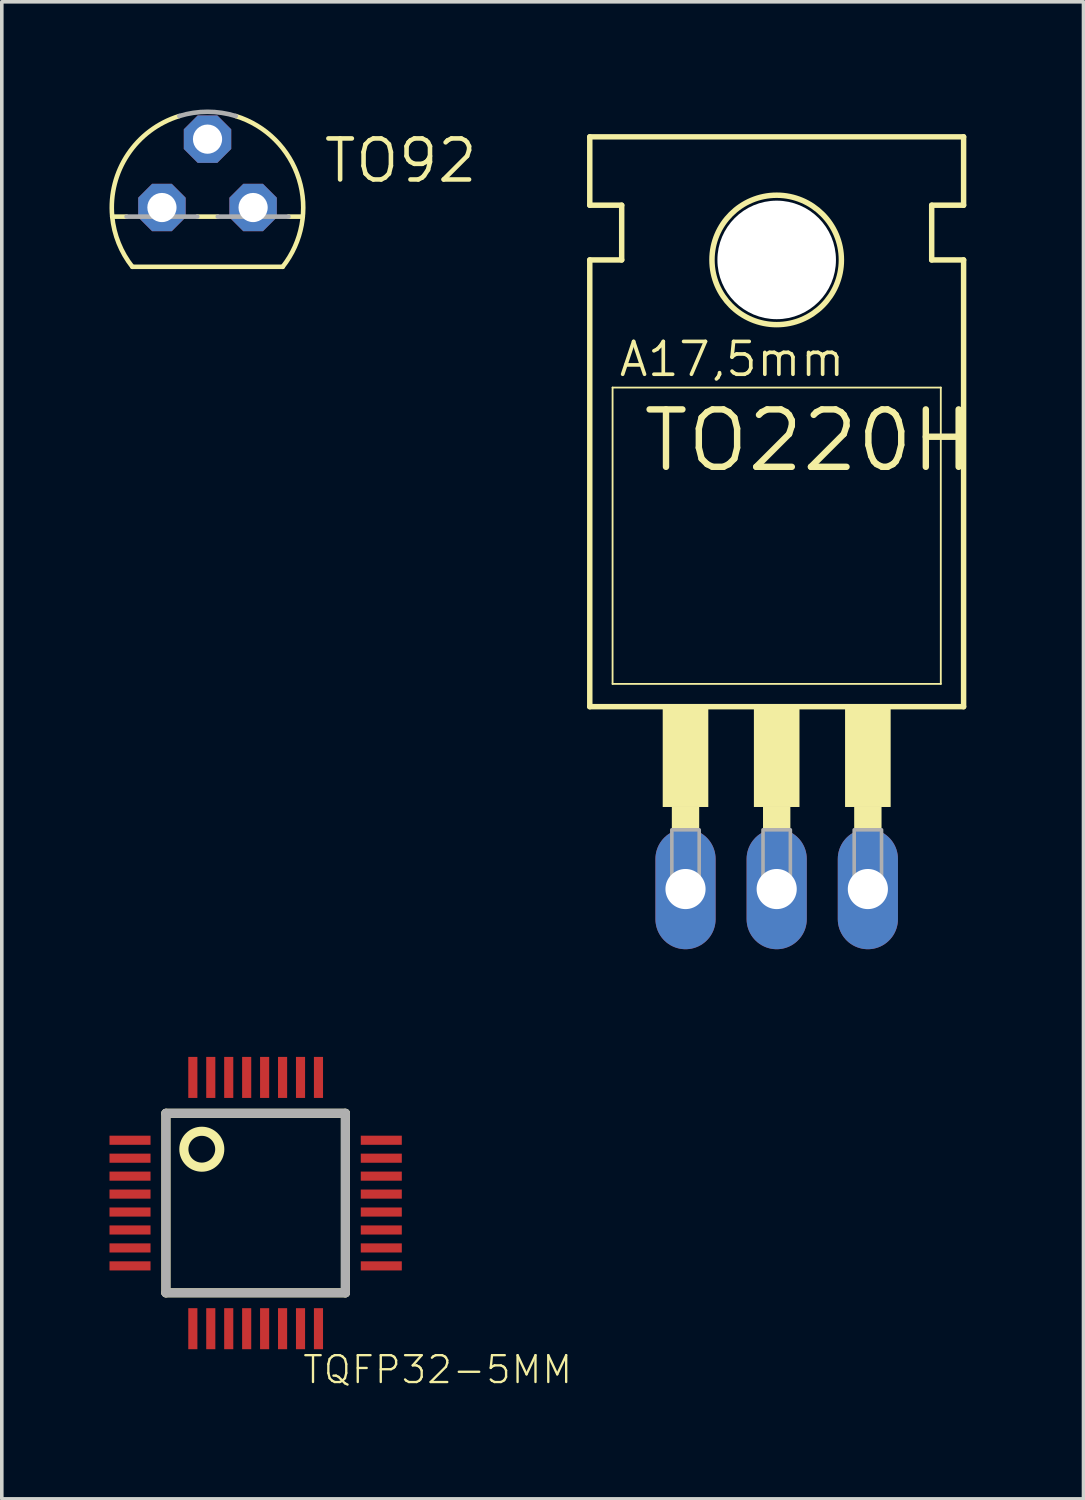
<source format=kicad_pcb>
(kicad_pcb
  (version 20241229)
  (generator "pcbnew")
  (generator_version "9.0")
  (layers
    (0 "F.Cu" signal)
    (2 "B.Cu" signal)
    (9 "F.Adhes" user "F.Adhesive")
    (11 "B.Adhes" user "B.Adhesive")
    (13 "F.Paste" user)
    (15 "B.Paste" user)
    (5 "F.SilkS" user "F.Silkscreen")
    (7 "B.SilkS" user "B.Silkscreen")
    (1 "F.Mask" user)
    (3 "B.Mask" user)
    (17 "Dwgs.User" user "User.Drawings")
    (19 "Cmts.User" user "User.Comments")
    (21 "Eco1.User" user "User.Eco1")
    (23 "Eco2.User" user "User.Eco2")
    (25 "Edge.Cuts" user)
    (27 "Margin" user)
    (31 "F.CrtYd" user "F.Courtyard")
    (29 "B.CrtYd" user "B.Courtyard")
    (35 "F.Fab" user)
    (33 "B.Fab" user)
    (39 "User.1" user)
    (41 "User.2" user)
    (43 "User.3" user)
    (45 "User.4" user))
  (footprint "TQFP32-5MM"
    (layer "F.Cu")
    (at 4.072 30.465)
    (property "Reference" "TQFP32-5MM" (at 1.27 5.08 0) (layer "F.SilkS") (effects (font (size 0.748 0.748) (thickness 0.065)) (justify left bottom)))
    (fp_line (start -2.5 -2.5) (end -2.5 2.5) (stroke (width 0.254) (type solid)) (layer "F.SilkS"))
    (fp_line (start -2.5 2.5) (end 2.5 2.5) (stroke (width 0.254) (type solid)) (layer "F.SilkS"))
    (fp_line (start 2.5 -2.5) (end -2.5 -2.5) (stroke (width 0.254) (type solid)) (layer "F.SilkS"))
    (fp_line (start 2.5 2.5) (end 2.5 -2.5) (stroke (width 0.254) (type solid)) (layer "F.SilkS"))
    (fp_circle (center -1.5 -1.5) (end -1 -1.5) (stroke (width 0.254) (type solid)) (fill no) (layer "F.SilkS"))
    (fp_line (start -2.5 -2.5) (end -2.5 2.5) (stroke (width 0.254) (type solid)) (layer "F.Fab"))
    (fp_line (start -2.5 2.5) (end 2.5 2.5) (stroke (width 0.254) (type solid)) (layer "F.Fab"))
    (fp_line (start 2.5 -2.5) (end -2.5 -2.5) (stroke (width 0.254) (type solid)) (layer "F.Fab"))
    (fp_line (start 2.5 2.5) (end 2.5 -2.5) (stroke (width 0.254) (type solid)) (layer "F.Fab"))
    (pad "1" smd rect (at -3.5 -1.75) (size 1.143 0.254) (layers "F.Cu" "F.Mask" "F.Paste"))
    (pad "2" smd rect (at -3.5 -1.25) (size 1.143 0.254) (layers "F.Cu" "F.Mask" "F.Paste"))
    (pad "3" smd rect (at -3.5 -0.75) (size 1.143 0.254) (layers "F.Cu" "F.Mask" "F.Paste"))
    (pad "4" smd rect (at -3.5 -0.25) (size 1.143 0.254) (layers "F.Cu" "F.Mask" "F.Paste"))
    (pad "5" smd rect (at -3.5 0.25) (size 1.143 0.254) (layers "F.Cu" "F.Mask" "F.Paste"))
    (pad "6" smd rect (at -3.5 0.75) (size 1.143 0.254) (layers "F.Cu" "F.Mask" "F.Paste"))
    (pad "7" smd rect (at -3.5 1.25) (size 1.143 0.254) (layers "F.Cu" "F.Mask" "F.Paste"))
    (pad "8" smd rect (at -3.5 1.75) (size 1.143 0.254) (layers "F.Cu" "F.Mask" "F.Paste"))
    (pad "9" smd rect (at -1.75 3.5 90) (size 1.143 0.254) (layers "F.Cu" "F.Mask" "F.Paste"))
    (pad "10" smd rect (at -1.25 3.5 90) (size 1.143 0.254) (layers "F.Cu" "F.Mask" "F.Paste"))
    (pad "11" smd rect (at -0.75 3.5 90) (size 1.143 0.254) (layers "F.Cu" "F.Mask" "F.Paste"))
    (pad "12" smd rect (at -0.25 3.5 90) (size 1.143 0.254) (layers "F.Cu" "F.Mask" "F.Paste"))
    (pad "13" smd rect (at 0.25 3.5 90) (size 1.143 0.254) (layers "F.Cu" "F.Mask" "F.Paste"))
    (pad "14" smd rect (at 0.75 3.5 90) (size 1.143 0.254) (layers "F.Cu" "F.Mask" "F.Paste"))
    (pad "15" smd rect (at 1.25 3.5 90) (size 1.143 0.254) (layers "F.Cu" "F.Mask" "F.Paste"))
    (pad "16" smd rect (at 1.75 3.5 90) (size 1.143 0.254) (layers "F.Cu" "F.Mask" "F.Paste"))
    (pad "17" smd rect (at 3.5 1.75 180) (size 1.143 0.254) (layers "F.Cu" "F.Mask" "F.Paste"))
    (pad "18" smd rect (at 3.5 1.25 180) (size 1.143 0.254) (layers "F.Cu" "F.Mask" "F.Paste"))
    (pad "19" smd rect (at 3.5 0.75 180) (size 1.143 0.254) (layers "F.Cu" "F.Mask" "F.Paste"))
    (pad "20" smd rect (at 3.5 0.25 180) (size 1.143 0.254) (layers "F.Cu" "F.Mask" "F.Paste"))
    (pad "21" smd rect (at 3.5 -0.25 180) (size 1.143 0.254) (layers "F.Cu" "F.Mask" "F.Paste"))
    (pad "22" smd rect (at 3.5 -0.75 180) (size 1.143 0.254) (layers "F.Cu" "F.Mask" "F.Paste"))
    (pad "23" smd rect (at 3.5 -1.25 180) (size 1.143 0.254) (layers "F.Cu" "F.Mask" "F.Paste"))
    (pad "24" smd rect (at 3.5 -1.75 180) (size 1.143 0.254) (layers "F.Cu" "F.Mask" "F.Paste"))
    (pad "25" smd rect (at 1.75 -3.5 270) (size 1.143 0.254) (layers "F.Cu" "F.Mask" "F.Paste"))
    (pad "26" smd rect (at 1.25 -3.5 270) (size 1.143 0.254) (layers "F.Cu" "F.Mask" "F.Paste"))
    (pad "27" smd rect (at 0.75 -3.5 270) (size 1.143 0.254) (layers "F.Cu" "F.Mask" "F.Paste"))
    (pad "28" smd rect (at 0.25 -3.5 270) (size 1.143 0.254) (layers "F.Cu" "F.Mask" "F.Paste"))
    (pad "29" smd rect (at -0.25 -3.5 270) (size 1.143 0.254) (layers "F.Cu" "F.Mask" "F.Paste"))
    (pad "30" smd rect (at -0.75 -3.5 270) (size 1.143 0.254) (layers "F.Cu" "F.Mask" "F.Paste"))
    (pad "31" smd rect (at -1.25 -3.5 270) (size 1.143 0.254) (layers "F.Cu" "F.Mask" "F.Paste"))
    (pad "32" smd rect (at -1.75 -3.5 270) (size 1.143 0.254) (layers "F.Cu" "F.Mask" "F.Paste")))
  (footprint "TO220H"
    (layer "F.Cu")
    (at 18.587 11.557)
    (property "Reference" "TO220H" (at -3.81 -1.397 0) (layer "F.SilkS") (effects (font (size 1.6 1.6) (thickness 0.178)) (justify left bottom)))
    (fp_line (start -5.207 -8.89) (end -5.207 -10.795) (stroke (width 0.152) (type solid)) (layer "F.SilkS"))
    (fp_line (start -5.207 -7.366) (end -4.318 -7.366) (stroke (width 0.152) (type solid)) (layer "F.SilkS"))
    (fp_line (start -5.207 5.08) (end -5.207 -7.366) (stroke (width 0.152) (type solid)) (layer "F.SilkS"))
    (fp_line (start -5.207 5.08) (end 5.207 5.08) (stroke (width 0.152) (type solid)) (layer "F.SilkS"))
    (fp_line (start -4.572 4.445) (end -4.572 -3.81) (stroke (width 0.051) (type solid)) (layer "F.SilkS"))
    (fp_line (start -4.572 4.445) (end 4.572 4.445) (stroke (width 0.051) (type solid)) (layer "F.SilkS"))
    (fp_line (start -4.318 -8.89) (end -5.207 -8.89) (stroke (width 0.152) (type solid)) (layer "F.SilkS"))
    (fp_line (start -4.318 -7.366) (end -4.318 -8.89) (stroke (width 0.152) (type solid)) (layer "F.SilkS"))
    (fp_line (start 4.318 -8.89) (end 5.207 -8.89) (stroke (width 0.152) (type solid)) (layer "F.SilkS"))
    (fp_line (start 4.318 -7.366) (end 4.318 -8.89) (stroke (width 0.152) (type solid)) (layer "F.SilkS"))
    (fp_line (start 4.572 -3.81) (end -4.572 -3.81) (stroke (width 0.051) (type solid)) (layer "F.SilkS"))
    (fp_line (start 4.572 -3.81) (end 4.572 4.445) (stroke (width 0.051) (type solid)) (layer "F.SilkS"))
    (fp_line (start 5.207 -10.795) (end -5.207 -10.795) (stroke (width 0.152) (type solid)) (layer "F.SilkS"))
    (fp_line (start 5.207 -8.89) (end 5.207 -10.795) (stroke (width 0.152) (type solid)) (layer "F.SilkS"))
    (fp_line (start 5.207 -7.366) (end 4.318 -7.366) (stroke (width 0.152) (type solid)) (layer "F.SilkS"))
    (fp_line (start 5.207 5.08) (end 5.207 -7.366) (stroke (width 0.152) (type solid)) (layer "F.SilkS"))
    (fp_circle (center 0 -7.366) (end 1.803 -7.366) (stroke (width 0.152) (type solid)) (fill no) (layer "F.SilkS"))
    (fp_poly (pts (xy -3.175 7.874) (xy -1.905 7.874) (xy -1.905 5.08) (xy -3.175 5.08)) (stroke (width 0) (type default)) (fill yes) (layer "F.SilkS"))
    (fp_poly (pts (xy -2.921 8.509) (xy -2.159 8.509) (xy -2.159 7.874) (xy -2.921 7.874)) (stroke (width 0) (type default)) (fill yes) (layer "F.SilkS"))
    (fp_poly (pts (xy -0.635 7.874) (xy 0.635 7.874) (xy 0.635 5.08) (xy -0.635 5.08)) (stroke (width 0) (type default)) (fill yes) (layer "F.SilkS"))
    (fp_poly (pts (xy -0.381 8.509) (xy 0.381 8.509) (xy 0.381 7.874) (xy -0.381 7.874)) (stroke (width 0) (type default)) (fill yes) (layer "F.SilkS"))
    (fp_poly (pts (xy 1.905 7.874) (xy 3.175 7.874) (xy 3.175 5.08) (xy 1.905 5.08)) (stroke (width 0) (type default)) (fill yes) (layer "F.SilkS"))
    (fp_poly (pts (xy 2.159 8.509) (xy 2.921 8.509) (xy 2.921 7.874) (xy 2.159 7.874)) (stroke (width 0) (type default)) (fill yes) (layer "F.SilkS"))
    (fp_poly (pts (xy -2.921 10.414) (xy -2.159 10.414) (xy -2.159 8.509) (xy -2.921 8.509)) (stroke (width 0.1) (type default)) (fill no) (layer "F.Fab"))
    (fp_poly (pts (xy -0.381 10.414) (xy 0.381 10.414) (xy 0.381 8.509) (xy -0.381 8.509)) (stroke (width 0.1) (type default)) (fill no) (layer "F.Fab"))
    (fp_poly (pts (xy 2.159 10.414) (xy 2.921 10.414) (xy 2.921 8.509) (xy 2.159 8.509)) (stroke (width 0.1) (type default)) (fill no) (layer "F.Fab"))
    (fp_text user "A17,5mm" (at -4.445 -4.064 0) (layer "F.SilkS") (effects (font (size 0.914 0.914) (thickness 0.102)) (justify left bottom)))
    (pad "" np_thru_hole circle (at 0 -7.366) (size 3.302 3.302) (drill 3.302) (layers "*.Cu" "*.Mask"))
    (pad "B" thru_hole oval (at -2.54 10.16 90) (size 3.353 1.676) (drill 1.118) (layers "*.Cu" "*.Mask"))
    (pad "C" thru_hole oval (at 0 10.16 90) (size 3.353 1.676) (drill 1.118) (layers "*.Cu" "*.Mask"))
    (pad "E" thru_hole oval (at 2.54 10.16 90) (size 3.353 1.676) (drill 1.118) (layers "*.Cu" "*.Mask"))
    (zone (net_name "") (layers "F.Cu" "B.Cu") (hatch edge 0.5) (connect_pads) (min_thickness 0.25) (filled_areas_thickness no) (keepout (tracks allowed) (vias not_allowed) (pads allowed) (copperpour allowed) (footprints allowed)) (placement (enabled no)) (fill) (polygon (pts (xy 22.778 4.191) (xy 22.757 3.78) (xy 22.697 3.373) (xy 22.597 2.974) (xy 22.459 2.587) (xy 22.283 2.215) (xy 22.071 1.863) (xy 21.826 1.532) (xy 21.55 1.228) (xy 21.245 0.951) (xy 20.915 0.706) (xy 20.562 0.495) (xy 20.19 0.319) (xy 19.803 0.18) (xy 19.404 0.081) (xy 18.997 0.02) (xy 18.587 0) (xy 18.176 0.02) (xy 17.769 0.081) (xy 17.37 0.18) (xy 16.983 0.319) (xy 16.611 0.495) (xy 16.258 0.706) (xy 15.928 0.951) (xy 15.623 1.228) (xy 15.347 1.532) (xy 15.102 1.863) (xy 14.89 2.215) (xy 14.715 2.587) (xy 14.576 2.974) (xy 14.476 3.373) (xy 14.416 3.78) (xy 14.396 4.191) (xy 14.416 4.602) (xy 14.476 5.009) (xy 14.576 5.408) (xy 14.715 5.795) (xy 14.89 6.167) (xy 15.102 6.519) (xy 15.347 6.85) (xy 15.623 7.154) (xy 15.928 7.431) (xy 16.258 7.676) (xy 16.611 7.887) (xy 16.983 8.063) (xy 17.37 8.202) (xy 17.769 8.301) (xy 18.176 8.362) (xy 18.587 8.382) (xy 18.997 8.362) (xy 19.404 8.301) (xy 19.803 8.202) (xy 20.19 8.063) (xy 20.562 7.887) (xy 20.915 7.676) (xy 21.245 7.431) (xy 21.55 7.154) (xy 21.826 6.85) (xy 22.071 6.519) (xy 22.283 6.167) (xy 22.459 5.795) (xy 22.597 5.408) (xy 22.697 5.009) (xy 22.757 4.602))))
    (zone (net_name "") (layer "B.Cu") (hatch edge 0.5) (connect_pads) (min_thickness 0.25) (filled_areas_thickness no) (keepout (tracks not_allowed) (vias not_allowed) (pads not_allowed) (copperpour not_allowed) (footprints allowed)) (placement (enabled no)) (fill) (polygon (pts (xy 22.778 4.191) (xy 22.757 3.78) (xy 22.697 3.373) (xy 22.597 2.974) (xy 22.459 2.587) (xy 22.283 2.215) (xy 22.071 1.863) (xy 21.826 1.532) (xy 21.55 1.228) (xy 21.245 0.951) (xy 20.915 0.706) (xy 20.562 0.495) (xy 20.19 0.319) (xy 19.803 0.18) (xy 19.404 0.081) (xy 18.997 0.02) (xy 18.587 0) (xy 18.176 0.02) (xy 17.769 0.081) (xy 17.37 0.18) (xy 16.983 0.319) (xy 16.611 0.495) (xy 16.258 0.706) (xy 15.928 0.951) (xy 15.623 1.228) (xy 15.347 1.532) (xy 15.102 1.863) (xy 14.89 2.215) (xy 14.715 2.587) (xy 14.576 2.974) (xy 14.476 3.373) (xy 14.416 3.78) (xy 14.396 4.191) (xy 14.416 4.602) (xy 14.476 5.009) (xy 14.576 5.408) (xy 14.715 5.795) (xy 14.89 6.167) (xy 15.102 6.519) (xy 15.347 6.85) (xy 15.623 7.154) (xy 15.928 7.431) (xy 16.258 7.676) (xy 16.611 7.887) (xy 16.983 8.063) (xy 17.37 8.202) (xy 17.769 8.301) (xy 18.176 8.362) (xy 18.587 8.382) (xy 18.997 8.362) (xy 19.404 8.301) (xy 19.803 8.202) (xy 20.19 8.063) (xy 20.562 7.887) (xy 20.915 7.676) (xy 21.245 7.431) (xy 21.55 7.154) (xy 21.826 6.85) (xy 22.071 6.519) (xy 22.283 6.167) (xy 22.459 5.795) (xy 22.597 5.408) (xy 22.697 5.009) (xy 22.757 4.602)))))
  (footprint "TO92"
    (layer "F.Cu")
    (at 2.731 4.001)
    (property "Reference" "TO92" (at 3.175 -1.905 0) (layer "F.SilkS") (effects (font (size 1.143 1.143) (thickness 0.127)) (justify left bottom)))
    (fp_line (start -2.655 -1.016) (end -2.254 -1.016) (stroke (width 0.127) (type solid)) (layer "F.SilkS"))
    (fp_line (start -2.095 0.381) (end 2.095 0.381) (stroke (width 0.127) (type solid)) (layer "F.SilkS"))
    (fp_line (start -0.286 -1.016) (end 0.286 -1.016) (stroke (width 0.127) (type solid)) (layer "F.SilkS"))
    (fp_line (start 2.254 -1.016) (end 2.655 -1.016) (stroke (width 0.127) (type solid)) (layer "F.SilkS"))
    (fp_arc (start -2.6549 -1.016) (mid -2.219001 -2.749565) (end -0.786299 -3.8185) (stroke (width 0.127) (type solid)) (layer "F.SilkS"))
    (fp_arc (start -2.0946 0.381) (mid -2.475346 -0.277153) (end -2.6549 -1.016) (stroke (width 0.127) (type solid)) (layer "F.SilkS"))
    (fp_arc (start 0.7863 -3.8184) (mid 2.546271 -2.063201) (end 2.094501 0.381001) (stroke (width 0.127) (type solid)) (layer "F.SilkS"))
    (fp_line (start -2.254 -1.016) (end -0.286 -1.016) (stroke (width 0.127) (type solid)) (layer "F.Fab"))
    (fp_line (start 0.286 -1.016) (end 2.254 -1.016) (stroke (width 0.127) (type solid)) (layer "F.Fab"))
    (fp_arc (start -0.7863 -3.8185) (mid 0 -3.937043) (end 0.786301 -3.8185) (stroke (width 0.127) (type solid)) (layer "F.Fab"))
    (pad "1" thru_hole roundrect (at -1.27 -1.27) (size 1.321 1.321) (drill 0.813) (layers "*.Cu" "*.Mask") (roundrect_rratio 0.25) (chamfer_ratio 0.293) (chamfer top_left top_right bottom_left bottom_right))
    (pad "2" thru_hole roundrect (at 0 -3.175) (size 1.321 1.321) (drill 0.813) (layers "*.Cu" "*.Mask") (roundrect_rratio 0.25) (chamfer_ratio 0.293) (chamfer top_left top_right bottom_left bottom_right))
    (pad "3" thru_hole roundrect (at 1.27 -1.27) (size 1.321 1.321) (drill 0.813) (layers "*.Cu" "*.Mask") (roundrect_rratio 0.25) (chamfer_ratio 0.293) (chamfer top_left top_right bottom_left bottom_right)))
  (gr_rect
    (start -3 -3)
    (end 27.134 38.705)
    (stroke (width 0.1) (type default))
    (fill no)
    (layer "Edge.Cuts")))
</source>
